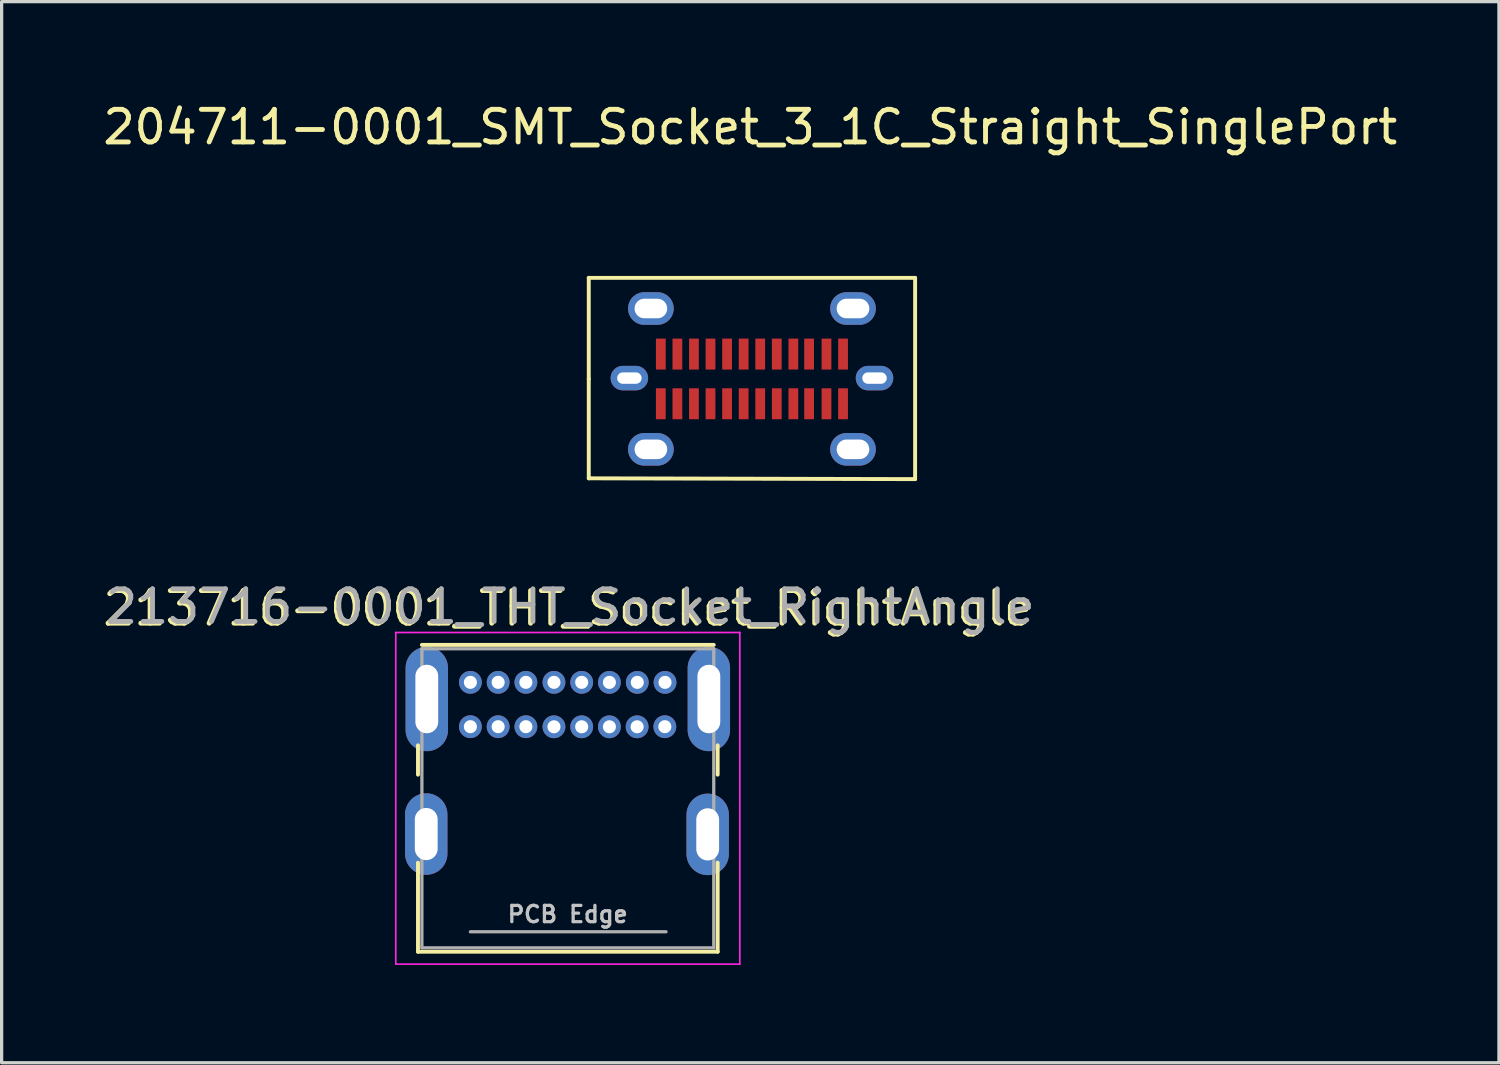
<source format=kicad_pcb>
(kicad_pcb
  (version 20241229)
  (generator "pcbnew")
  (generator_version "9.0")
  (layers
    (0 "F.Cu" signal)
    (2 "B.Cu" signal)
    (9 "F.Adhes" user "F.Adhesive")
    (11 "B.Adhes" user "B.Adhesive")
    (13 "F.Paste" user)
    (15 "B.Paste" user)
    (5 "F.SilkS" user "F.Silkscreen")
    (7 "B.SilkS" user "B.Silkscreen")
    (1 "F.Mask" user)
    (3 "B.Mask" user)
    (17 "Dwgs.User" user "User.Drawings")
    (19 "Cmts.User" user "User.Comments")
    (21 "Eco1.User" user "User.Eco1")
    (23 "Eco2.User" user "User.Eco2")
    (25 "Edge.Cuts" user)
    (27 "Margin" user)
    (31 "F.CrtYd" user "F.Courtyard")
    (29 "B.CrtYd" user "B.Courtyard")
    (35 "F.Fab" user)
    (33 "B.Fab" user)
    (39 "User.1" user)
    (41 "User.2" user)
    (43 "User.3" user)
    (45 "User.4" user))
  (footprint "204711-0001_SMT_Socket_3_1C_Straight_SinglePort"
    (layer "F.Cu")
    (at 20.009 8.57)
    (property "Reference" "204711-0001_SMT_Socket_3_1C_Straight_SinglePort" (at -0.051 -7.722 0) (layer "F.SilkS") (effects (font (size 1 1) (thickness 0.15))))
    (attr through_hole)
    (fp_line (start -5.004 -3.099) (end 5.004 -3.099) (stroke (width 0.12) (type solid)) (layer "F.SilkS"))
    (fp_line (start -5.004 0) (end -5.004 -3.099) (stroke (width 0.12) (type solid)) (layer "F.SilkS"))
    (fp_line (start -5.004 3.048) (end -5.004 0) (stroke (width 0.12) (type solid)) (layer "F.SilkS"))
    (fp_line (start 5.004 -3.099) (end 5.004 3.073) (stroke (width 0.12) (type solid)) (layer "F.SilkS"))
    (fp_line (start 5.004 3.073) (end -5.004 3.048) (stroke (width 0.12) (type solid)) (layer "F.SilkS"))
    (pad "A1" smd rect (at -2.794 -0.762) (size 0.3 0.95) (layers "F.Cu" "F.Mask" "F.Paste"))
    (pad "A2" smd rect (at -2.286 -0.762) (size 0.3 0.95) (layers "F.Cu" "F.Mask" "F.Paste"))
    (pad "A3" smd rect (at -1.778 -0.762) (size 0.3 0.95) (layers "F.Cu" "F.Mask" "F.Paste"))
    (pad "A4" smd rect (at -1.27 -0.762) (size 0.3 0.95) (layers "F.Cu" "F.Mask" "F.Paste"))
    (pad "A5" smd rect (at -0.762 -0.762) (size 0.3 0.95) (layers "F.Cu" "F.Mask" "F.Paste"))
    (pad "A6" smd rect (at -0.254 -0.762) (size 0.3 0.95) (layers "F.Cu" "F.Mask" "F.Paste"))
    (pad "A7" smd rect (at 0.254 -0.762) (size 0.3 0.95) (layers "F.Cu" "F.Mask" "F.Paste"))
    (pad "A8" smd rect (at 0.762 -0.762) (size 0.3 0.95) (layers "F.Cu" "F.Mask" "F.Paste"))
    (pad "A9" smd rect (at 1.27 -0.762) (size 0.3 0.95) (layers "F.Cu" "F.Mask" "F.Paste"))
    (pad "A10" smd rect (at 1.753 -0.762) (size 0.3 0.95) (layers "F.Cu" "F.Mask" "F.Paste"))
    (pad "A11" smd rect (at 2.286 -0.762) (size 0.3 0.95) (layers "F.Cu" "F.Mask" "F.Paste"))
    (pad "A12" smd rect (at 2.794 -0.762) (size 0.3 0.95) (layers "F.Cu" "F.Mask" "F.Paste"))
    (pad "B1" smd rect (at 2.794 0.762) (size 0.3 0.95) (layers "F.Cu" "F.Mask" "F.Paste"))
    (pad "B2" smd rect (at 2.286 0.762) (size 0.3 0.95) (layers "F.Cu" "F.Mask" "F.Paste"))
    (pad "B3" smd rect (at 1.753 0.762) (size 0.3 0.95) (layers "F.Cu" "F.Mask" "F.Paste"))
    (pad "B4" smd rect (at 1.27 0.762) (size 0.3 0.95) (layers "F.Cu" "F.Mask" "F.Paste"))
    (pad "B5" smd rect (at 0.762 0.762) (size 0.3 0.95) (layers "F.Cu" "F.Mask" "F.Paste"))
    (pad "B6" smd rect (at 0.254 0.762) (size 0.3 0.95) (layers "F.Cu" "F.Mask" "F.Paste"))
    (pad "B7" smd rect (at -0.254 0.762) (size 0.3 0.95) (layers "F.Cu" "F.Mask" "F.Paste"))
    (pad "B8" smd rect (at -0.762 0.762) (size 0.3 0.95) (layers "F.Cu" "F.Mask" "F.Paste"))
    (pad "B9" smd rect (at -1.27 0.762) (size 0.3 0.95) (layers "F.Cu" "F.Mask" "F.Paste"))
    (pad "B10" smd rect (at -1.778 0.762) (size 0.3 0.95) (layers "F.Cu" "F.Mask" "F.Paste"))
    (pad "B11" smd rect (at -2.286 0.762) (size 0.3 0.95) (layers "F.Cu" "F.Mask" "F.Paste"))
    (pad "B12" smd rect (at -2.794 0.762) (size 0.3 0.95) (layers "F.Cu" "F.Mask" "F.Paste"))
    (pad "S1" thru_hole oval (at -3.759 -0.025) (size 1.15 0.75) (drill oval 0.75 0.35) (layers "*.Cu" "*.Mask"))
    (pad "S1" thru_hole oval (at -3.099 -2.159) (size 1.4 1) (drill oval 1 0.6) (layers "*.Cu" "*.Mask"))
    (pad "S1" thru_hole oval (at -3.099 2.159) (size 1.4 1) (drill oval 1 0.6) (layers "*.Cu" "*.Mask"))
    (pad "S1" thru_hole oval (at 3.099 -2.159) (size 1.4 1) (drill oval 1 0.6) (layers "*.Cu" "*.Mask"))
    (pad "S1" thru_hole oval (at 3.099 2.159) (size 1.4 1) (drill oval 1 0.6) (layers "*.Cu" "*.Mask"))
    (pad "S1" thru_hole oval (at 3.759 -0.025) (size 1.15 0.75) (drill oval 0.75 0.35) (layers "*.Cu" "*.Mask")))
  (footprint "213716-0001_THT_Socket_RightAngle"
    (layer "F.Cu")
    (at 11.388 17.406)
    (property "Reference" "213716-0001_THT_Socket_RightAngle" (at 2.975 -1.8 0) (layer "F.SilkS") (effects (font (size 1 1) (thickness 0.15))))
    (attr through_hole)
    (fp_line (start -1.62 2.4) (end -1.62 3.3) (stroke (width 0.12) (type solid)) (layer "F.SilkS"))
    (fp_line (start -1.62 6) (end -1.62 8.73) (stroke (width 0.12) (type solid)) (layer "F.SilkS"))
    (fp_line (start -1.62 8.73) (end 7.57 8.73) (stroke (width 0.12) (type solid)) (layer "F.SilkS"))
    (fp_line (start -1.5 -0.68) (end 7.45 -0.68) (stroke (width 0.12) (type solid)) (layer "F.SilkS"))
    (fp_line (start 7.57 2.4) (end 7.57 3.3) (stroke (width 0.12) (type solid)) (layer "F.SilkS"))
    (fp_line (start 7.57 6) (end 7.57 8.73) (stroke (width 0.12) (type solid)) (layer "F.SilkS"))
    (fp_line (start -2.3 -1.06) (end -2.3 9.11) (stroke (width 0.05) (type solid)) (layer "F.CrtYd"))
    (fp_line (start -2.3 -1.06) (end 8.25 -1.06) (stroke (width 0.05) (type solid)) (layer "F.CrtYd"))
    (fp_line (start -2.3 9.11) (end 8.25 9.11) (stroke (width 0.05) (type solid)) (layer "F.CrtYd"))
    (fp_line (start 8.25 -1.06) (end 8.25 9.11) (stroke (width 0.05) (type solid)) (layer "F.CrtYd"))
    (fp_line (start -1.5 -0.56) (end -1.5 8.61) (stroke (width 0.1) (type solid)) (layer "F.Fab"))
    (fp_line (start -1.5 -0.56) (end 7.45 -0.56) (stroke (width 0.1) (type solid)) (layer "F.Fab"))
    (fp_line (start -1.5 8.61) (end 7.45 8.61) (stroke (width 0.1) (type solid)) (layer "F.Fab"))
    (fp_line (start -0.013 8.118) (end 5.987 8.118) (stroke (width 0.1) (type solid)) (layer "F.Fab"))
    (fp_line (start 7.45 -0.56) (end 7.45 8.61) (stroke (width 0.1) (type solid)) (layer "F.Fab"))
    (fp_text user "PCB Edge" (at 2.972 7.582 0) (layer "Dwgs.User") (effects (font (size 0.5 0.5) (thickness 0.1))))
    (fp_text user "${REFERENCE}" (at 3.048 -1.854 0) (layer "F.Fab") (effects (font (size 1 1) (thickness 0.15))))
    (pad "A1" thru_hole circle (at -0.013 0.469) (size 0.7 0.7) (drill 0.4) (layers "*.Cu" "*.Mask"))
    (pad "A4" thru_hole circle (at 0.838 0.469) (size 0.7 0.7) (drill 0.4) (layers "*.Cu" "*.Mask"))
    (pad "A5" thru_hole circle (at 1.689 0.469) (size 0.7 0.7) (drill 0.4) (layers "*.Cu" "*.Mask"))
    (pad "A6" thru_hole circle (at 2.55 0.469) (size 0.7 0.7) (drill 0.4) (layers "*.Cu" "*.Mask"))
    (pad "A7" thru_hole circle (at 3.4 0.469) (size 0.7 0.7) (drill 0.4) (layers "*.Cu" "*.Mask"))
    (pad "A8" thru_hole circle (at 4.25 0.47) (size 0.7 0.7) (drill 0.4) (layers "*.Cu" "*.Mask"))
    (pad "A9" thru_hole circle (at 5.105 0.47) (size 0.7 0.7) (drill 0.4) (layers "*.Cu" "*.Mask"))
    (pad "A12" thru_hole circle (at 5.956 0.47) (size 0.7 0.7) (drill 0.4) (layers "*.Cu" "*.Mask"))
    (pad "B1" thru_hole circle (at 5.95 1.829) (size 0.7 0.7) (drill 0.4) (layers "*.Cu" "*.Mask"))
    (pad "B4" thru_hole circle (at 5.1 1.832) (size 0.7 0.7) (drill 0.4) (layers "*.Cu" "*.Mask"))
    (pad "B5" thru_hole circle (at 4.25 1.832) (size 0.7 0.7) (drill 0.4) (layers "*.Cu" "*.Mask"))
    (pad "B6" thru_hole circle (at 3.4 1.832) (size 0.7 0.7) (drill 0.4) (layers "*.Cu" "*.Mask"))
    (pad "B7" thru_hole circle (at 2.55 1.832) (size 0.7 0.7) (drill 0.4) (layers "*.Cu" "*.Mask"))
    (pad "B8" thru_hole circle (at 1.689 1.829) (size 0.7 0.7) (drill 0.4) (layers "*.Cu" "*.Mask"))
    (pad "B9" thru_hole circle (at 0.838 1.829) (size 0.7 0.7) (drill 0.4) (layers "*.Cu" "*.Mask"))
    (pad "B12" thru_hole circle (at -0.013 1.829) (size 0.7 0.7) (drill 0.4) (layers "*.Cu" "*.Mask"))
    (pad "S1" thru_hole oval (at -1.367 5.121) (size 1.3 2.5) (drill oval 0.7 1.6) (layers "*.Cu" "*.Mask"))
    (pad "S1" thru_hole oval (at -1.35 0.98) (size 1.3 3.2) (drill oval 0.7 2.1) (layers "*.Cu" "*.Mask"))
    (pad "S1" thru_hole oval (at 7.264 5.131) (size 1.3 2.5) (drill oval 0.7 1.6) (layers "*.Cu" "*.Mask"))
    (pad "S1" thru_hole oval (at 7.3 0.98) (size 1.3 3.2) (drill oval 0.7 2.1) (layers "*.Cu" "*.Mask")))
  (gr_rect
    (start -3 -3)
    (end 42.917 29.541)
    (stroke (width 0.1) (type default))
    (fill no)
    (layer "Edge.Cuts")))
</source>
